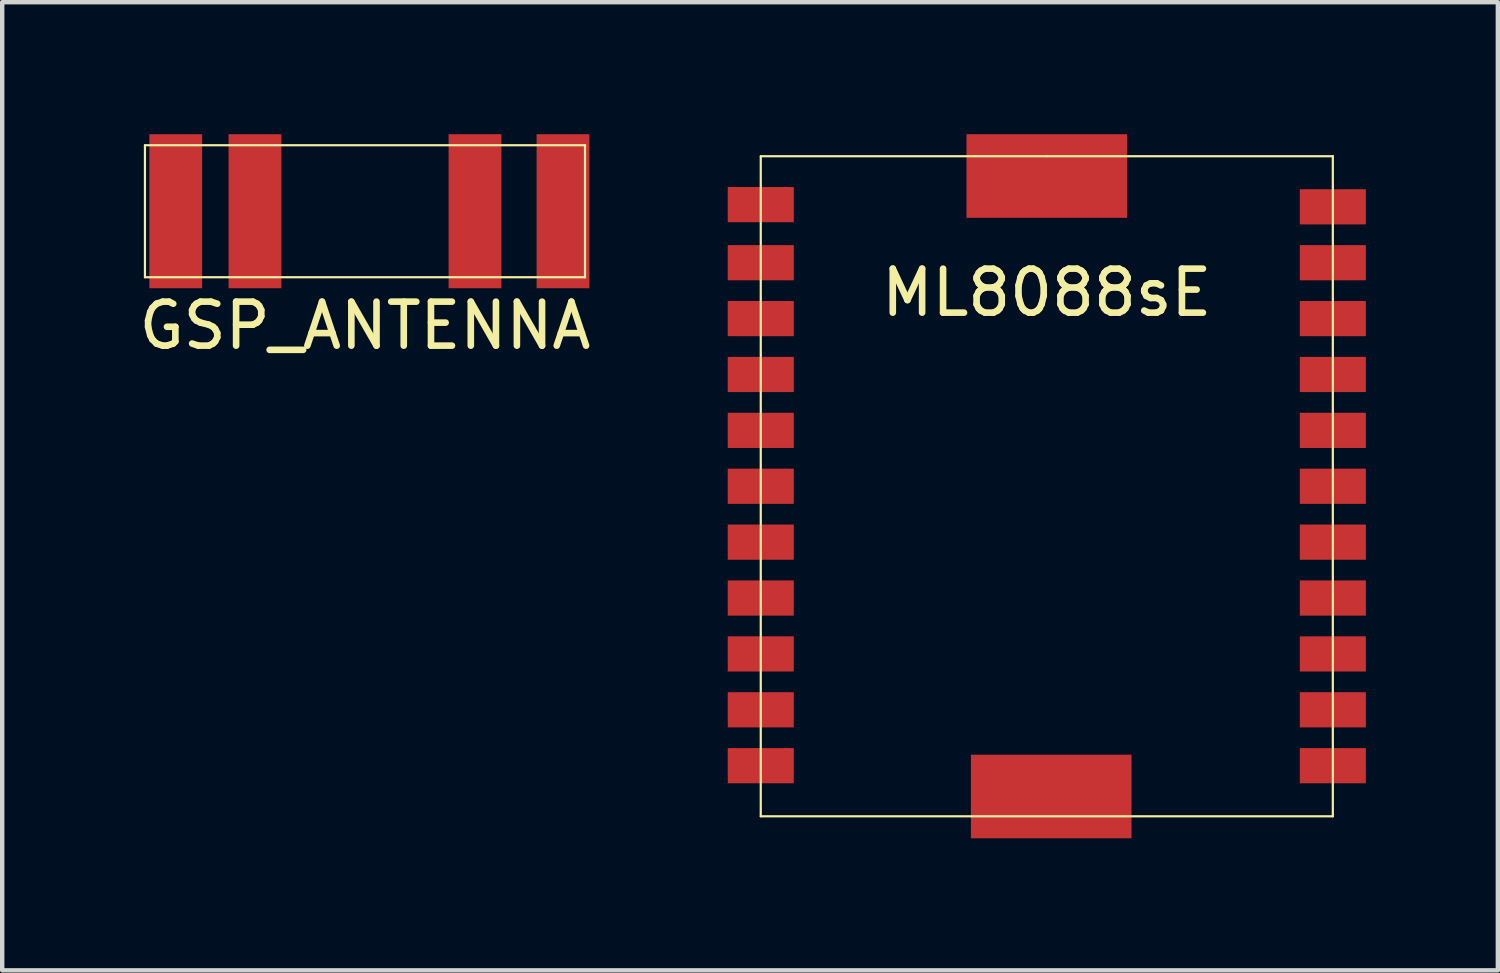
<source format=kicad_pcb>
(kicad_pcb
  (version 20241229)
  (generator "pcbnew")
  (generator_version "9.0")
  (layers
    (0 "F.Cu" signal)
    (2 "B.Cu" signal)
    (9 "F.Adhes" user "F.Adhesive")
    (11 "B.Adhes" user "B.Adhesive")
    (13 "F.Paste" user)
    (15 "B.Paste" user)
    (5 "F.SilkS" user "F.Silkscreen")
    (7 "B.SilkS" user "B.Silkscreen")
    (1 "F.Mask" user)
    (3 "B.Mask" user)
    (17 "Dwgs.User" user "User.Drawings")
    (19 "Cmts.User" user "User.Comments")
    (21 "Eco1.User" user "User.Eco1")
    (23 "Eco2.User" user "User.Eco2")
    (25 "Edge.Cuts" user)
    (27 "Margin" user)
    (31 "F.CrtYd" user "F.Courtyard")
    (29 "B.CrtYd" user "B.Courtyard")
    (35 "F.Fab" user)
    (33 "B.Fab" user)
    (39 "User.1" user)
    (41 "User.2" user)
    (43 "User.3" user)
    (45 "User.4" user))
  (footprint "ML8088sE"
    (layer "F.Cu")
    (at 20.738 0.5)
    (property "Reference" "ML8088sE" (at 0 3.1 0) (layer "F.SilkS") (effects (font (size 1 1) (thickness 0.15))))
    (attr through_hole)
    (fp_line (start -6.5 0) (end -6.5 15) (stroke (width 0.05) (type solid)) (layer "F.SilkS"))
    (fp_line (start -6.5 15) (end 6.5 15) (stroke (width 0.05) (type solid)) (layer "F.SilkS"))
    (fp_line (start 0 0) (end -6.5 0) (stroke (width 0.05) (type solid)) (layer "F.SilkS"))
    (fp_line (start 6.5 0) (end 0 0) (stroke (width 0.05) (type solid)) (layer "F.SilkS"))
    (fp_line (start 6.5 15) (end 6.5 0) (stroke (width 0.05) (type solid)) (layer "F.SilkS"))
    (pad "1" smd rect (at -6.5 1.1) (size 1.5 0.8) (layers "F.Cu" "F.Mask" "F.Paste"))
    (pad "2" smd rect (at -6.5 2.42) (size 1.5 0.8) (layers "F.Cu" "F.Mask" "F.Paste"))
    (pad "3" smd rect (at -6.5 3.69) (size 1.5 0.8) (layers "F.Cu" "F.Mask" "F.Paste"))
    (pad "4" smd rect (at -6.5 4.96) (size 1.5 0.8) (layers "F.Cu" "F.Mask" "F.Paste"))
    (pad "5" smd rect (at -6.5 6.23) (size 1.5 0.8) (layers "F.Cu" "F.Mask" "F.Paste"))
    (pad "6" smd rect (at -6.5 7.5) (size 1.5 0.8) (layers "F.Cu" "F.Mask" "F.Paste"))
    (pad "7" smd rect (at -6.5 8.77) (size 1.5 0.8) (layers "F.Cu" "F.Mask" "F.Paste"))
    (pad "8" smd rect (at -6.5 10.04) (size 1.5 0.8) (layers "F.Cu" "F.Mask" "F.Paste"))
    (pad "9" smd rect (at -6.5 11.31) (size 1.5 0.8) (layers "F.Cu" "F.Mask" "F.Paste"))
    (pad "10" smd rect (at -6.5 12.58) (size 1.5 0.8) (layers "F.Cu" "F.Mask" "F.Paste"))
    (pad "11" smd rect (at -6.5 13.85) (size 1.5 0.8) (layers "F.Cu" "F.Mask" "F.Paste"))
    (pad "12" smd rect (at 6.5 13.85) (size 1.5 0.8) (layers "F.Cu" "F.Mask" "F.Paste"))
    (pad "13" smd rect (at 6.5 12.58) (size 1.5 0.8) (layers "F.Cu" "F.Mask" "F.Paste"))
    (pad "14" smd rect (at 6.5 11.31) (size 1.5 0.8) (layers "F.Cu" "F.Mask" "F.Paste"))
    (pad "15" smd rect (at 6.5 10.04) (size 1.5 0.8) (layers "F.Cu" "F.Mask" "F.Paste"))
    (pad "16" smd rect (at 6.5 8.77) (size 1.5 0.8) (layers "F.Cu" "F.Mask" "F.Paste"))
    (pad "17" smd rect (at 6.5 7.5) (size 1.5 0.8) (layers "F.Cu" "F.Mask" "F.Paste"))
    (pad "18" smd rect (at 6.5 6.23) (size 1.5 0.8) (layers "F.Cu" "F.Mask" "F.Paste"))
    (pad "19" smd rect (at 6.5 4.96) (size 1.5 0.8) (layers "F.Cu" "F.Mask" "F.Paste"))
    (pad "20" smd rect (at 6.5 3.69) (size 1.5 0.8) (layers "F.Cu" "F.Mask" "F.Paste"))
    (pad "21" smd rect (at 6.5 2.42) (size 1.5 0.8) (layers "F.Cu" "F.Mask" "F.Paste"))
    (pad "22" smd rect (at 6.5 1.15) (size 1.5 0.8) (layers "F.Cu" "F.Mask" "F.Paste"))
    (pad "nc" smd rect (at 0 0.45) (size 3.65 1.9) (layers "F.Cu" "F.Mask" "F.Paste"))
    (pad "nc" smd rect (at 0.1 14.55) (size 3.65 1.9) (layers "F.Cu" "F.Mask" "F.Paste")))
  (footprint "GSP_ANTENNA"
    (layer "F.Cu")
    (at 5.244 1.75)
    (property "Reference" "GSP_ANTENNA" (at 0 2.6 0) (layer "F.SilkS") (effects (font (size 1 1) (thickness 0.15))))
    (attr through_hole)
    (fp_line (start -5 -1.5) (end -5 1.5) (stroke (width 0.05) (type solid)) (layer "F.SilkS"))
    (fp_line (start -5 1.5) (end 5 1.5) (stroke (width 0.05) (type solid)) (layer "F.SilkS"))
    (fp_line (start 5 -1.5) (end -5 -1.5) (stroke (width 0.05) (type solid)) (layer "F.SilkS"))
    (fp_line (start 5 1.5) (end 5 -1.5) (stroke (width 0.05) (type solid)) (layer "F.SilkS"))
    (pad "1" smd rect (at -4.3 0) (size 1.2 3.5) (layers "F.Cu" "F.Mask" "F.Paste"))
    (pad "2" smd rect (at -2.5 0) (size 1.2 3.5) (layers "F.Cu" "F.Mask" "F.Paste"))
    (pad "3" smd rect (at 4.5 0) (size 1.2 3.5) (layers "F.Cu" "F.Mask" "F.Paste"))
    (pad "NC" smd rect (at 2.5 0) (size 1.2 3.5) (layers "F.Cu" "F.Mask" "F.Paste")))
  (gr_rect
    (start -3 -3)
    (end 30.988 19)
    (stroke (width 0.1) (type default))
    (fill no)
    (layer "Edge.Cuts")))
</source>
